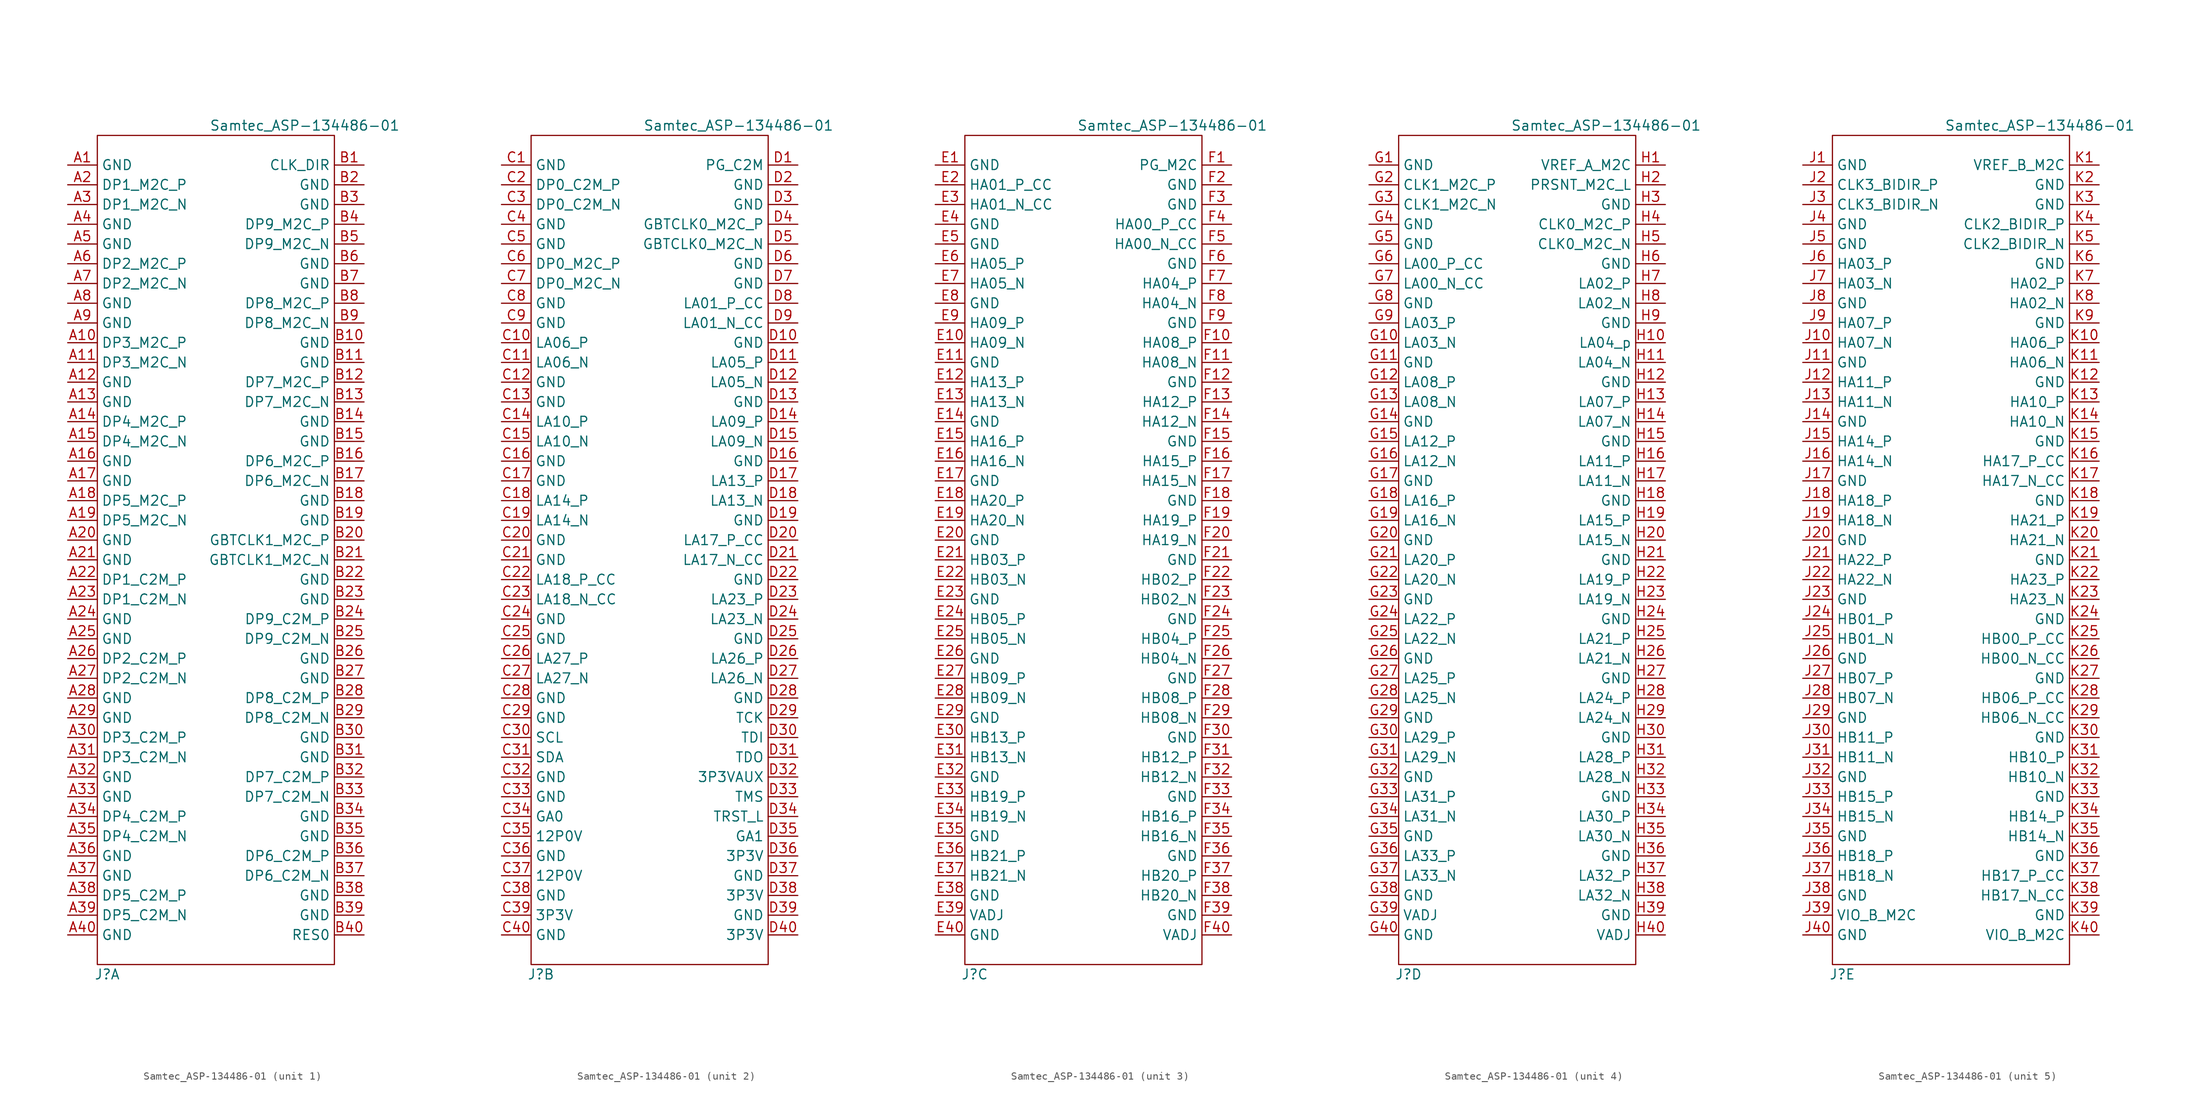
<source format=kicad_sym>
(kicad_symbol_lib
  (version 20211014)
  (generator kicad_symbol_editor)
  (symbol "Samtec_ASP-134486-01"
    (property "Reference" "J"
      (at -13.97 -54.61 0)
      (effects (font (size 1.27 1.27))))
    (property "Value" "Samtec_ASP-134486-01"
      (at 11.43 54.61 0)
      (effects (font (size 1.27 1.27))))
    (property "ki_locked" ""
      (at 0 0 0)
      (effects (font (size 1.27 1.27))))
    (symbol "Samtec_ASP-134486-01_0_1"
      (rectangle (start -15.24 53.34) (end 15.24 -53.34) (stroke (width 0) (type default) (color 0 0 0 0)) (fill (type none))))
    (symbol "Samtec_ASP-134486-01_1_1"
      (pin passive line (at -19.05 49.53 0) (length 3.81) (name "GND" (effects (font (size 1.27 1.27)))) (number "A1" (effects (font (size 1.27 1.27)))))
      (pin passive line (at -19.05 26.67 0) (length 3.81) (name "DP3_M2C_P" (effects (font (size 1.27 1.27)))) (number "A10" (effects (font (size 1.27 1.27)))))
      (pin passive line (at -19.05 24.13 0) (length 3.81) (name "DP3_M2C_N" (effects (font (size 1.27 1.27)))) (number "A11" (effects (font (size 1.27 1.27)))))
      (pin passive line (at -19.05 21.59 0) (length 3.81) (name "GND" (effects (font (size 1.27 1.27)))) (number "A12" (effects (font (size 1.27 1.27)))))
      (pin passive line (at -19.05 19.05 0) (length 3.81) (name "GND" (effects (font (size 1.27 1.27)))) (number "A13" (effects (font (size 1.27 1.27)))))
      (pin passive line (at -19.05 16.51 0) (length 3.81) (name "DP4_M2C_P" (effects (font (size 1.27 1.27)))) (number "A14" (effects (font (size 1.27 1.27)))))
      (pin passive line (at -19.05 13.97 0) (length 3.81) (name "DP4_M2C_N" (effects (font (size 1.27 1.27)))) (number "A15" (effects (font (size 1.27 1.27)))))
      (pin passive line (at -19.05 11.43 0) (length 3.81) (name "GND" (effects (font (size 1.27 1.27)))) (number "A16" (effects (font (size 1.27 1.27)))))
      (pin passive line (at -19.05 8.89 0) (length 3.81) (name "GND" (effects (font (size 1.27 1.27)))) (number "A17" (effects (font (size 1.27 1.27)))))
      (pin passive line (at -19.05 6.35 0) (length 3.81) (name "DP5_M2C_P" (effects (font (size 1.27 1.27)))) (number "A18" (effects (font (size 1.27 1.27)))))
      (pin passive line (at -19.05 3.81 0) (length 3.81) (name "DP5_M2C_N" (effects (font (size 1.27 1.27)))) (number "A19" (effects (font (size 1.27 1.27)))))
      (pin passive line (at -19.05 46.99 0) (length 3.81) (name "DP1_M2C_P" (effects (font (size 1.27 1.27)))) (number "A2" (effects (font (size 1.27 1.27)))))
      (pin passive line (at -19.05 1.27 0) (length 3.81) (name "GND" (effects (font (size 1.27 1.27)))) (number "A20" (effects (font (size 1.27 1.27)))))
      (pin passive line (at -19.05 -1.27 0) (length 3.81) (name "GND" (effects (font (size 1.27 1.27)))) (number "A21" (effects (font (size 1.27 1.27)))))
      (pin passive line (at -19.05 -3.81 0) (length 3.81) (name "DP1_C2M_P" (effects (font (size 1.27 1.27)))) (number "A22" (effects (font (size 1.27 1.27)))))
      (pin passive line (at -19.05 -6.35 0) (length 3.81) (name "DP1_C2M_N" (effects (font (size 1.27 1.27)))) (number "A23" (effects (font (size 1.27 1.27)))))
      (pin passive line (at -19.05 -8.89 0) (length 3.81) (name "GND" (effects (font (size 1.27 1.27)))) (number "A24" (effects (font (size 1.27 1.27)))))
      (pin passive line (at -19.05 -11.43 0) (length 3.81) (name "GND" (effects (font (size 1.27 1.27)))) (number "A25" (effects (font (size 1.27 1.27)))))
      (pin passive line (at -19.05 -13.97 0) (length 3.81) (name "DP2_C2M_P" (effects (font (size 1.27 1.27)))) (number "A26" (effects (font (size 1.27 1.27)))))
      (pin passive line (at -19.05 -16.51 0) (length 3.81) (name "DP2_C2M_N" (effects (font (size 1.27 1.27)))) (number "A27" (effects (font (size 1.27 1.27)))))
      (pin passive line (at -19.05 -19.05 0) (length 3.81) (name "GND" (effects (font (size 1.27 1.27)))) (number "A28" (effects (font (size 1.27 1.27)))))
      (pin passive line (at -19.05 -21.59 0) (length 3.81) (name "GND" (effects (font (size 1.27 1.27)))) (number "A29" (effects (font (size 1.27 1.27)))))
      (pin passive line (at -19.05 44.45 0) (length 3.81) (name "DP1_M2C_N" (effects (font (size 1.27 1.27)))) (number "A3" (effects (font (size 1.27 1.27)))))
      (pin passive line (at -19.05 -24.13 0) (length 3.81) (name "DP3_C2M_P" (effects (font (size 1.27 1.27)))) (number "A30" (effects (font (size 1.27 1.27)))))
      (pin passive line (at -19.05 -26.67 0) (length 3.81) (name "DP3_C2M_N" (effects (font (size 1.27 1.27)))) (number "A31" (effects (font (size 1.27 1.27)))))
      (pin passive line (at -19.05 -29.21 0) (length 3.81) (name "GND" (effects (font (size 1.27 1.27)))) (number "A32" (effects (font (size 1.27 1.27)))))
      (pin passive line (at -19.05 -31.75 0) (length 3.81) (name "GND" (effects (font (size 1.27 1.27)))) (number "A33" (effects (font (size 1.27 1.27)))))
      (pin passive line (at -19.05 -34.29 0) (length 3.81) (name "DP4_C2M_P" (effects (font (size 1.27 1.27)))) (number "A34" (effects (font (size 1.27 1.27)))))
      (pin passive line (at -19.05 -36.83 0) (length 3.81) (name "DP4_C2M_N" (effects (font (size 1.27 1.27)))) (number "A35" (effects (font (size 1.27 1.27)))))
      (pin passive line (at -19.05 -39.37 0) (length 3.81) (name "GND" (effects (font (size 1.27 1.27)))) (number "A36" (effects (font (size 1.27 1.27)))))
      (pin passive line (at -19.05 -41.91 0) (length 3.81) (name "GND" (effects (font (size 1.27 1.27)))) (number "A37" (effects (font (size 1.27 1.27)))))
      (pin passive line (at -19.05 -44.45 0) (length 3.81) (name "DP5_C2M_P" (effects (font (size 1.27 1.27)))) (number "A38" (effects (font (size 1.27 1.27)))))
      (pin passive line (at -19.05 -46.99 0) (length 3.81) (name "DP5_C2M_N" (effects (font (size 1.27 1.27)))) (number "A39" (effects (font (size 1.27 1.27)))))
      (pin passive line (at -19.05 41.91 0) (length 3.81) (name "GND" (effects (font (size 1.27 1.27)))) (number "A4" (effects (font (size 1.27 1.27)))))
      (pin passive line (at -19.05 -49.53 0) (length 3.81) (name "GND" (effects (font (size 1.27 1.27)))) (number "A40" (effects (font (size 1.27 1.27)))))
      (pin passive line (at -19.05 39.37 0) (length 3.81) (name "GND" (effects (font (size 1.27 1.27)))) (number "A5" (effects (font (size 1.27 1.27)))))
      (pin passive line (at -19.05 36.83 0) (length 3.81) (name "DP2_M2C_P" (effects (font (size 1.27 1.27)))) (number "A6" (effects (font (size 1.27 1.27)))))
      (pin passive line (at -19.05 34.29 0) (length 3.81) (name "DP2_M2C_N" (effects (font (size 1.27 1.27)))) (number "A7" (effects (font (size 1.27 1.27)))))
      (pin passive line (at -19.05 31.75 0) (length 3.81) (name "GND" (effects (font (size 1.27 1.27)))) (number "A8" (effects (font (size 1.27 1.27)))))
      (pin passive line (at -19.05 29.21 0) (length 3.81) (name "GND" (effects (font (size 1.27 1.27)))) (number "A9" (effects (font (size 1.27 1.27)))))
      (pin passive line (at 19.05 49.53 180) (length 3.81) (name "CLK_DIR" (effects (font (size 1.27 1.27)))) (number "B1" (effects (font (size 1.27 1.27)))))
      (pin passive line (at 19.05 26.67 180) (length 3.81) (name "GND" (effects (font (size 1.27 1.27)))) (number "B10" (effects (font (size 1.27 1.27)))))
      (pin passive line (at 19.05 24.13 180) (length 3.81) (name "GND" (effects (font (size 1.27 1.27)))) (number "B11" (effects (font (size 1.27 1.27)))))
      (pin passive line (at 19.05 21.59 180) (length 3.81) (name "DP7_M2C_P" (effects (font (size 1.27 1.27)))) (number "B12" (effects (font (size 1.27 1.27)))))
      (pin passive line (at 19.05 19.05 180) (length 3.81) (name "DP7_M2C_N" (effects (font (size 1.27 1.27)))) (number "B13" (effects (font (size 1.27 1.27)))))
      (pin passive line (at 19.05 16.51 180) (length 3.81) (name "GND" (effects (font (size 1.27 1.27)))) (number "B14" (effects (font (size 1.27 1.27)))))
      (pin passive line (at 19.05 13.97 180) (length 3.81) (name "GND" (effects (font (size 1.27 1.27)))) (number "B15" (effects (font (size 1.27 1.27)))))
      (pin passive line (at 19.05 11.43 180) (length 3.81) (name "DP6_M2C_P" (effects (font (size 1.27 1.27)))) (number "B16" (effects (font (size 1.27 1.27)))))
      (pin passive line (at 19.05 8.89 180) (length 3.81) (name "DP6_M2C_N" (effects (font (size 1.27 1.27)))) (number "B17" (effects (font (size 1.27 1.27)))))
      (pin passive line (at 19.05 6.35 180) (length 3.81) (name "GND" (effects (font (size 1.27 1.27)))) (number "B18" (effects (font (size 1.27 1.27)))))
      (pin passive line (at 19.05 3.81 180) (length 3.81) (name "GND" (effects (font (size 1.27 1.27)))) (number "B19" (effects (font (size 1.27 1.27)))))
      (pin passive line (at 19.05 46.99 180) (length 3.81) (name "GND" (effects (font (size 1.27 1.27)))) (number "B2" (effects (font (size 1.27 1.27)))))
      (pin passive line (at 19.05 1.27 180) (length 3.81) (name "GBTCLK1_M2C_P" (effects (font (size 1.27 1.27)))) (number "B20" (effects (font (size 1.27 1.27)))))
      (pin passive line (at 19.05 -1.27 180) (length 3.81) (name "GBTCLK1_M2C_N" (effects (font (size 1.27 1.27)))) (number "B21" (effects (font (size 1.27 1.27)))))
      (pin passive line (at 19.05 -3.81 180) (length 3.81) (name "GND" (effects (font (size 1.27 1.27)))) (number "B22" (effects (font (size 1.27 1.27)))))
      (pin passive line (at 19.05 -6.35 180) (length 3.81) (name "GND" (effects (font (size 1.27 1.27)))) (number "B23" (effects (font (size 1.27 1.27)))))
      (pin passive line (at 19.05 -8.89 180) (length 3.81) (name "DP9_C2M_P" (effects (font (size 1.27 1.27)))) (number "B24" (effects (font (size 1.27 1.27)))))
      (pin passive line (at 19.05 -11.43 180) (length 3.81) (name "DP9_C2M_N" (effects (font (size 1.27 1.27)))) (number "B25" (effects (font (size 1.27 1.27)))))
      (pin passive line (at 19.05 -13.97 180) (length 3.81) (name "GND" (effects (font (size 1.27 1.27)))) (number "B26" (effects (font (size 1.27 1.27)))))
      (pin passive line (at 19.05 -16.51 180) (length 3.81) (name "GND" (effects (font (size 1.27 1.27)))) (number "B27" (effects (font (size 1.27 1.27)))))
      (pin passive line (at 19.05 -19.05 180) (length 3.81) (name "DP8_C2M_P" (effects (font (size 1.27 1.27)))) (number "B28" (effects (font (size 1.27 1.27)))))
      (pin passive line (at 19.05 -21.59 180) (length 3.81) (name "DP8_C2M_N" (effects (font (size 1.27 1.27)))) (number "B29" (effects (font (size 1.27 1.27)))))
      (pin passive line (at 19.05 44.45 180) (length 3.81) (name "GND" (effects (font (size 1.27 1.27)))) (number "B3" (effects (font (size 1.27 1.27)))))
      (pin passive line (at 19.05 -24.13 180) (length 3.81) (name "GND" (effects (font (size 1.27 1.27)))) (number "B30" (effects (font (size 1.27 1.27)))))
      (pin passive line (at 19.05 -26.67 180) (length 3.81) (name "GND" (effects (font (size 1.27 1.27)))) (number "B31" (effects (font (size 1.27 1.27)))))
      (pin passive line (at 19.05 -29.21 180) (length 3.81) (name "DP7_C2M_P" (effects (font (size 1.27 1.27)))) (number "B32" (effects (font (size 1.27 1.27)))))
      (pin passive line (at 19.05 -31.75 180) (length 3.81) (name "DP7_C2M_N" (effects (font (size 1.27 1.27)))) (number "B33" (effects (font (size 1.27 1.27)))))
      (pin passive line (at 19.05 -34.29 180) (length 3.81) (name "GND" (effects (font (size 1.27 1.27)))) (number "B34" (effects (font (size 1.27 1.27)))))
      (pin passive line (at 19.05 -36.83 180) (length 3.81) (name "GND" (effects (font (size 1.27 1.27)))) (number "B35" (effects (font (size 1.27 1.27)))))
      (pin passive line (at 19.05 -39.37 180) (length 3.81) (name "DP6_C2M_P" (effects (font (size 1.27 1.27)))) (number "B36" (effects (font (size 1.27 1.27)))))
      (pin passive line (at 19.05 -41.91 180) (length 3.81) (name "DP6_C2M_N" (effects (font (size 1.27 1.27)))) (number "B37" (effects (font (size 1.27 1.27)))))
      (pin passive line (at 19.05 -44.45 180) (length 3.81) (name "GND" (effects (font (size 1.27 1.27)))) (number "B38" (effects (font (size 1.27 1.27)))))
      (pin passive line (at 19.05 -46.99 180) (length 3.81) (name "GND" (effects (font (size 1.27 1.27)))) (number "B39" (effects (font (size 1.27 1.27)))))
      (pin passive line (at 19.05 41.91 180) (length 3.81) (name "DP9_M2C_P" (effects (font (size 1.27 1.27)))) (number "B4" (effects (font (size 1.27 1.27)))))
      (pin passive line (at 19.05 -49.53 180) (length 3.81) (name "RES0" (effects (font (size 1.27 1.27)))) (number "B40" (effects (font (size 1.27 1.27)))))
      (pin passive line (at 19.05 39.37 180) (length 3.81) (name "DP9_M2C_N" (effects (font (size 1.27 1.27)))) (number "B5" (effects (font (size 1.27 1.27)))))
      (pin passive line (at 19.05 36.83 180) (length 3.81) (name "GND" (effects (font (size 1.27 1.27)))) (number "B6" (effects (font (size 1.27 1.27)))))
      (pin passive line (at 19.05 34.29 180) (length 3.81) (name "GND" (effects (font (size 1.27 1.27)))) (number "B7" (effects (font (size 1.27 1.27)))))
      (pin passive line (at 19.05 31.75 180) (length 3.81) (name "DP8_M2C_P" (effects (font (size 1.27 1.27)))) (number "B8" (effects (font (size 1.27 1.27)))))
      (pin passive line (at 19.05 29.21 180) (length 3.81) (name "DP8_M2C_N" (effects (font (size 1.27 1.27)))) (number "B9" (effects (font (size 1.27 1.27))))))
    (symbol "Samtec_ASP-134486-01_2_1"
      (pin passive line (at -19.05 49.53 0) (length 3.81) (name "GND" (effects (font (size 1.27 1.27)))) (number "C1" (effects (font (size 1.27 1.27)))))
      (pin passive line (at -19.05 26.67 0) (length 3.81) (name "LA06_P" (effects (font (size 1.27 1.27)))) (number "C10" (effects (font (size 1.27 1.27)))))
      (pin passive line (at -19.05 24.13 0) (length 3.81) (name "LA06_N" (effects (font (size 1.27 1.27)))) (number "C11" (effects (font (size 1.27 1.27)))))
      (pin passive line (at -19.05 21.59 0) (length 3.81) (name "GND" (effects (font (size 1.27 1.27)))) (number "C12" (effects (font (size 1.27 1.27)))))
      (pin passive line (at -19.05 19.05 0) (length 3.81) (name "GND" (effects (font (size 1.27 1.27)))) (number "C13" (effects (font (size 1.27 1.27)))))
      (pin passive line (at -19.05 16.51 0) (length 3.81) (name "LA10_P" (effects (font (size 1.27 1.27)))) (number "C14" (effects (font (size 1.27 1.27)))))
      (pin passive line (at -19.05 13.97 0) (length 3.81) (name "LA10_N" (effects (font (size 1.27 1.27)))) (number "C15" (effects (font (size 1.27 1.27)))))
      (pin passive line (at -19.05 11.43 0) (length 3.81) (name "GND" (effects (font (size 1.27 1.27)))) (number "C16" (effects (font (size 1.27 1.27)))))
      (pin passive line (at -19.05 8.89 0) (length 3.81) (name "GND" (effects (font (size 1.27 1.27)))) (number "C17" (effects (font (size 1.27 1.27)))))
      (pin passive line (at -19.05 6.35 0) (length 3.81) (name "LA14_P" (effects (font (size 1.27 1.27)))) (number "C18" (effects (font (size 1.27 1.27)))))
      (pin passive line (at -19.05 3.81 0) (length 3.81) (name "LA14_N" (effects (font (size 1.27 1.27)))) (number "C19" (effects (font (size 1.27 1.27)))))
      (pin passive line (at -19.05 46.99 0) (length 3.81) (name "DP0_C2M_P" (effects (font (size 1.27 1.27)))) (number "C2" (effects (font (size 1.27 1.27)))))
      (pin passive line (at -19.05 1.27 0) (length 3.81) (name "GND" (effects (font (size 1.27 1.27)))) (number "C20" (effects (font (size 1.27 1.27)))))
      (pin passive line (at -19.05 -1.27 0) (length 3.81) (name "GND" (effects (font (size 1.27 1.27)))) (number "C21" (effects (font (size 1.27 1.27)))))
      (pin passive line (at -19.05 -3.81 0) (length 3.81) (name "LA18_P_CC" (effects (font (size 1.27 1.27)))) (number "C22" (effects (font (size 1.27 1.27)))))
      (pin passive line (at -19.05 -6.35 0) (length 3.81) (name "LA18_N_CC" (effects (font (size 1.27 1.27)))) (number "C23" (effects (font (size 1.27 1.27)))))
      (pin passive line (at -19.05 -8.89 0) (length 3.81) (name "GND" (effects (font (size 1.27 1.27)))) (number "C24" (effects (font (size 1.27 1.27)))))
      (pin passive line (at -19.05 -11.43 0) (length 3.81) (name "GND" (effects (font (size 1.27 1.27)))) (number "C25" (effects (font (size 1.27 1.27)))))
      (pin passive line (at -19.05 -13.97 0) (length 3.81) (name "LA27_P" (effects (font (size 1.27 1.27)))) (number "C26" (effects (font (size 1.27 1.27)))))
      (pin passive line (at -19.05 -16.51 0) (length 3.81) (name "LA27_N" (effects (font (size 1.27 1.27)))) (number "C27" (effects (font (size 1.27 1.27)))))
      (pin passive line (at -19.05 -19.05 0) (length 3.81) (name "GND" (effects (font (size 1.27 1.27)))) (number "C28" (effects (font (size 1.27 1.27)))))
      (pin passive line (at -19.05 -21.59 0) (length 3.81) (name "GND" (effects (font (size 1.27 1.27)))) (number "C29" (effects (font (size 1.27 1.27)))))
      (pin passive line (at -19.05 44.45 0) (length 3.81) (name "DP0_C2M_N" (effects (font (size 1.27 1.27)))) (number "C3" (effects (font (size 1.27 1.27)))))
      (pin passive line (at -19.05 -24.13 0) (length 3.81) (name "SCL" (effects (font (size 1.27 1.27)))) (number "C30" (effects (font (size 1.27 1.27)))))
      (pin passive line (at -19.05 -26.67 0) (length 3.81) (name "SDA" (effects (font (size 1.27 1.27)))) (number "C31" (effects (font (size 1.27 1.27)))))
      (pin passive line (at -19.05 -29.21 0) (length 3.81) (name "GND" (effects (font (size 1.27 1.27)))) (number "C32" (effects (font (size 1.27 1.27)))))
      (pin passive line (at -19.05 -31.75 0) (length 3.81) (name "GND" (effects (font (size 1.27 1.27)))) (number "C33" (effects (font (size 1.27 1.27)))))
      (pin passive line (at -19.05 -34.29 0) (length 3.81) (name "GA0" (effects (font (size 1.27 1.27)))) (number "C34" (effects (font (size 1.27 1.27)))))
      (pin passive line (at -19.05 -36.83 0) (length 3.81) (name "12P0V" (effects (font (size 1.27 1.27)))) (number "C35" (effects (font (size 1.27 1.27)))))
      (pin passive line (at -19.05 -39.37 0) (length 3.81) (name "GND" (effects (font (size 1.27 1.27)))) (number "C36" (effects (font (size 1.27 1.27)))))
      (pin passive line (at -19.05 -41.91 0) (length 3.81) (name "12P0V" (effects (font (size 1.27 1.27)))) (number "C37" (effects (font (size 1.27 1.27)))))
      (pin passive line (at -19.05 -44.45 0) (length 3.81) (name "GND" (effects (font (size 1.27 1.27)))) (number "C38" (effects (font (size 1.27 1.27)))))
      (pin passive line (at -19.05 -46.99 0) (length 3.81) (name "3P3V" (effects (font (size 1.27 1.27)))) (number "C39" (effects (font (size 1.27 1.27)))))
      (pin passive line (at -19.05 41.91 0) (length 3.81) (name "GND" (effects (font (size 1.27 1.27)))) (number "C4" (effects (font (size 1.27 1.27)))))
      (pin passive line (at -19.05 -49.53 0) (length 3.81) (name "GND" (effects (font (size 1.27 1.27)))) (number "C40" (effects (font (size 1.27 1.27)))))
      (pin passive line (at -19.05 39.37 0) (length 3.81) (name "GND" (effects (font (size 1.27 1.27)))) (number "C5" (effects (font (size 1.27 1.27)))))
      (pin passive line (at -19.05 36.83 0) (length 3.81) (name "DP0_M2C_P" (effects (font (size 1.27 1.27)))) (number "C6" (effects (font (size 1.27 1.27)))))
      (pin passive line (at -19.05 34.29 0) (length 3.81) (name "DP0_M2C_N" (effects (font (size 1.27 1.27)))) (number "C7" (effects (font (size 1.27 1.27)))))
      (pin passive line (at -19.05 31.75 0) (length 3.81) (name "GND" (effects (font (size 1.27 1.27)))) (number "C8" (effects (font (size 1.27 1.27)))))
      (pin passive line (at -19.05 29.21 0) (length 3.81) (name "GND" (effects (font (size 1.27 1.27)))) (number "C9" (effects (font (size 1.27 1.27)))))
      (pin passive line (at 19.05 49.53 180) (length 3.81) (name "PG_C2M" (effects (font (size 1.27 1.27)))) (number "D1" (effects (font (size 1.27 1.27)))))
      (pin passive line (at 19.05 26.67 180) (length 3.81) (name "GND" (effects (font (size 1.27 1.27)))) (number "D10" (effects (font (size 1.27 1.27)))))
      (pin passive line (at 19.05 24.13 180) (length 3.81) (name "LA05_P" (effects (font (size 1.27 1.27)))) (number "D11" (effects (font (size 1.27 1.27)))))
      (pin passive line (at 19.05 21.59 180) (length 3.81) (name "LA05_N" (effects (font (size 1.27 1.27)))) (number "D12" (effects (font (size 1.27 1.27)))))
      (pin passive line (at 19.05 19.05 180) (length 3.81) (name "GND" (effects (font (size 1.27 1.27)))) (number "D13" (effects (font (size 1.27 1.27)))))
      (pin passive line (at 19.05 16.51 180) (length 3.81) (name "LA09_P" (effects (font (size 1.27 1.27)))) (number "D14" (effects (font (size 1.27 1.27)))))
      (pin passive line (at 19.05 13.97 180) (length 3.81) (name "LA09_N" (effects (font (size 1.27 1.27)))) (number "D15" (effects (font (size 1.27 1.27)))))
      (pin passive line (at 19.05 11.43 180) (length 3.81) (name "GND" (effects (font (size 1.27 1.27)))) (number "D16" (effects (font (size 1.27 1.27)))))
      (pin passive line (at 19.05 8.89 180) (length 3.81) (name "LA13_P" (effects (font (size 1.27 1.27)))) (number "D17" (effects (font (size 1.27 1.27)))))
      (pin passive line (at 19.05 6.35 180) (length 3.81) (name "LA13_N" (effects (font (size 1.27 1.27)))) (number "D18" (effects (font (size 1.27 1.27)))))
      (pin passive line (at 19.05 3.81 180) (length 3.81) (name "GND" (effects (font (size 1.27 1.27)))) (number "D19" (effects (font (size 1.27 1.27)))))
      (pin passive line (at 19.05 46.99 180) (length 3.81) (name "GND" (effects (font (size 1.27 1.27)))) (number "D2" (effects (font (size 1.27 1.27)))))
      (pin passive line (at 19.05 1.27 180) (length 3.81) (name "LA17_P_CC" (effects (font (size 1.27 1.27)))) (number "D20" (effects (font (size 1.27 1.27)))))
      (pin passive line (at 19.05 -1.27 180) (length 3.81) (name "LA17_N_CC" (effects (font (size 1.27 1.27)))) (number "D21" (effects (font (size 1.27 1.27)))))
      (pin passive line (at 19.05 -3.81 180) (length 3.81) (name "GND" (effects (font (size 1.27 1.27)))) (number "D22" (effects (font (size 1.27 1.27)))))
      (pin passive line (at 19.05 -6.35 180) (length 3.81) (name "LA23_P" (effects (font (size 1.27 1.27)))) (number "D23" (effects (font (size 1.27 1.27)))))
      (pin passive line (at 19.05 -8.89 180) (length 3.81) (name "LA23_N" (effects (font (size 1.27 1.27)))) (number "D24" (effects (font (size 1.27 1.27)))))
      (pin passive line (at 19.05 -11.43 180) (length 3.81) (name "GND" (effects (font (size 1.27 1.27)))) (number "D25" (effects (font (size 1.27 1.27)))))
      (pin passive line (at 19.05 -13.97 180) (length 3.81) (name "LA26_P" (effects (font (size 1.27 1.27)))) (number "D26" (effects (font (size 1.27 1.27)))))
      (pin passive line (at 19.05 -16.51 180) (length 3.81) (name "LA26_N" (effects (font (size 1.27 1.27)))) (number "D27" (effects (font (size 1.27 1.27)))))
      (pin passive line (at 19.05 -19.05 180) (length 3.81) (name "GND" (effects (font (size 1.27 1.27)))) (number "D28" (effects (font (size 1.27 1.27)))))
      (pin passive line (at 19.05 -21.59 180) (length 3.81) (name "TCK" (effects (font (size 1.27 1.27)))) (number "D29" (effects (font (size 1.27 1.27)))))
      (pin passive line (at 19.05 44.45 180) (length 3.81) (name "GND" (effects (font (size 1.27 1.27)))) (number "D3" (effects (font (size 1.27 1.27)))))
      (pin passive line (at 19.05 -24.13 180) (length 3.81) (name "TDI" (effects (font (size 1.27 1.27)))) (number "D30" (effects (font (size 1.27 1.27)))))
      (pin passive line (at 19.05 -26.67 180) (length 3.81) (name "TDO" (effects (font (size 1.27 1.27)))) (number "D31" (effects (font (size 1.27 1.27)))))
      (pin passive line (at 19.05 -29.21 180) (length 3.81) (name "3P3VAUX" (effects (font (size 1.27 1.27)))) (number "D32" (effects (font (size 1.27 1.27)))))
      (pin passive line (at 19.05 -31.75 180) (length 3.81) (name "TMS" (effects (font (size 1.27 1.27)))) (number "D33" (effects (font (size 1.27 1.27)))))
      (pin passive line (at 19.05 -34.29 180) (length 3.81) (name "TRST_L" (effects (font (size 1.27 1.27)))) (number "D34" (effects (font (size 1.27 1.27)))))
      (pin passive line (at 19.05 -36.83 180) (length 3.81) (name "GA1" (effects (font (size 1.27 1.27)))) (number "D35" (effects (font (size 1.27 1.27)))))
      (pin passive line (at 19.05 -39.37 180) (length 3.81) (name "3P3V" (effects (font (size 1.27 1.27)))) (number "D36" (effects (font (size 1.27 1.27)))))
      (pin passive line (at 19.05 -41.91 180) (length 3.81) (name "GND" (effects (font (size 1.27 1.27)))) (number "D37" (effects (font (size 1.27 1.27)))))
      (pin passive line (at 19.05 -44.45 180) (length 3.81) (name "3P3V" (effects (font (size 1.27 1.27)))) (number "D38" (effects (font (size 1.27 1.27)))))
      (pin passive line (at 19.05 -46.99 180) (length 3.81) (name "GND" (effects (font (size 1.27 1.27)))) (number "D39" (effects (font (size 1.27 1.27)))))
      (pin passive line (at 19.05 41.91 180) (length 3.81) (name "GBTCLK0_M2C_P" (effects (font (size 1.27 1.27)))) (number "D4" (effects (font (size 1.27 1.27)))))
      (pin passive line (at 19.05 -49.53 180) (length 3.81) (name "3P3V" (effects (font (size 1.27 1.27)))) (number "D40" (effects (font (size 1.27 1.27)))))
      (pin passive line (at 19.05 39.37 180) (length 3.81) (name "GBTCLK0_M2C_N" (effects (font (size 1.27 1.27)))) (number "D5" (effects (font (size 1.27 1.27)))))
      (pin passive line (at 19.05 36.83 180) (length 3.81) (name "GND" (effects (font (size 1.27 1.27)))) (number "D6" (effects (font (size 1.27 1.27)))))
      (pin passive line (at 19.05 34.29 180) (length 3.81) (name "GND" (effects (font (size 1.27 1.27)))) (number "D7" (effects (font (size 1.27 1.27)))))
      (pin passive line (at 19.05 31.75 180) (length 3.81) (name "LA01_P_CC" (effects (font (size 1.27 1.27)))) (number "D8" (effects (font (size 1.27 1.27)))))
      (pin passive line (at 19.05 29.21 180) (length 3.81) (name "LA01_N_CC" (effects (font (size 1.27 1.27)))) (number "D9" (effects (font (size 1.27 1.27))))))
    (symbol "Samtec_ASP-134486-01_3_1"
      (pin passive line (at -19.05 49.53 0) (length 3.81) (name "GND" (effects (font (size 1.27 1.27)))) (number "E1" (effects (font (size 1.27 1.27)))))
      (pin passive line (at -19.05 26.67 0) (length 3.81) (name "HA09_N" (effects (font (size 1.27 1.27)))) (number "E10" (effects (font (size 1.27 1.27)))))
      (pin passive line (at -19.05 24.13 0) (length 3.81) (name "GND" (effects (font (size 1.27 1.27)))) (number "E11" (effects (font (size 1.27 1.27)))))
      (pin passive line (at -19.05 21.59 0) (length 3.81) (name "HA13_P" (effects (font (size 1.27 1.27)))) (number "E12" (effects (font (size 1.27 1.27)))))
      (pin passive line (at -19.05 19.05 0) (length 3.81) (name "HA13_N" (effects (font (size 1.27 1.27)))) (number "E13" (effects (font (size 1.27 1.27)))))
      (pin passive line (at -19.05 16.51 0) (length 3.81) (name "GND" (effects (font (size 1.27 1.27)))) (number "E14" (effects (font (size 1.27 1.27)))))
      (pin passive line (at -19.05 13.97 0) (length 3.81) (name "HA16_P" (effects (font (size 1.27 1.27)))) (number "E15" (effects (font (size 1.27 1.27)))))
      (pin passive line (at -19.05 11.43 0) (length 3.81) (name "HA16_N" (effects (font (size 1.27 1.27)))) (number "E16" (effects (font (size 1.27 1.27)))))
      (pin passive line (at -19.05 8.89 0) (length 3.81) (name "GND" (effects (font (size 1.27 1.27)))) (number "E17" (effects (font (size 1.27 1.27)))))
      (pin passive line (at -19.05 6.35 0) (length 3.81) (name "HA20_P" (effects (font (size 1.27 1.27)))) (number "E18" (effects (font (size 1.27 1.27)))))
      (pin passive line (at -19.05 3.81 0) (length 3.81) (name "HA20_N" (effects (font (size 1.27 1.27)))) (number "E19" (effects (font (size 1.27 1.27)))))
      (pin passive line (at -19.05 46.99 0) (length 3.81) (name "HA01_P_CC" (effects (font (size 1.27 1.27)))) (number "E2" (effects (font (size 1.27 1.27)))))
      (pin passive line (at -19.05 1.27 0) (length 3.81) (name "GND" (effects (font (size 1.27 1.27)))) (number "E20" (effects (font (size 1.27 1.27)))))
      (pin passive line (at -19.05 -1.27 0) (length 3.81) (name "HB03_P" (effects (font (size 1.27 1.27)))) (number "E21" (effects (font (size 1.27 1.27)))))
      (pin passive line (at -19.05 -3.81 0) (length 3.81) (name "HB03_N" (effects (font (size 1.27 1.27)))) (number "E22" (effects (font (size 1.27 1.27)))))
      (pin passive line (at -19.05 -6.35 0) (length 3.81) (name "GND" (effects (font (size 1.27 1.27)))) (number "E23" (effects (font (size 1.27 1.27)))))
      (pin passive line (at -19.05 -8.89 0) (length 3.81) (name "HB05_P" (effects (font (size 1.27 1.27)))) (number "E24" (effects (font (size 1.27 1.27)))))
      (pin passive line (at -19.05 -11.43 0) (length 3.81) (name "HB05_N" (effects (font (size 1.27 1.27)))) (number "E25" (effects (font (size 1.27 1.27)))))
      (pin passive line (at -19.05 -13.97 0) (length 3.81) (name "GND" (effects (font (size 1.27 1.27)))) (number "E26" (effects (font (size 1.27 1.27)))))
      (pin passive line (at -19.05 -16.51 0) (length 3.81) (name "HB09_P" (effects (font (size 1.27 1.27)))) (number "E27" (effects (font (size 1.27 1.27)))))
      (pin passive line (at -19.05 -19.05 0) (length 3.81) (name "HB09_N" (effects (font (size 1.27 1.27)))) (number "E28" (effects (font (size 1.27 1.27)))))
      (pin passive line (at -19.05 -21.59 0) (length 3.81) (name "GND" (effects (font (size 1.27 1.27)))) (number "E29" (effects (font (size 1.27 1.27)))))
      (pin passive line (at -19.05 44.45 0) (length 3.81) (name "HA01_N_CC" (effects (font (size 1.27 1.27)))) (number "E3" (effects (font (size 1.27 1.27)))))
      (pin passive line (at -19.05 -24.13 0) (length 3.81) (name "HB13_P" (effects (font (size 1.27 1.27)))) (number "E30" (effects (font (size 1.27 1.27)))))
      (pin passive line (at -19.05 -26.67 0) (length 3.81) (name "HB13_N" (effects (font (size 1.27 1.27)))) (number "E31" (effects (font (size 1.27 1.27)))))
      (pin passive line (at -19.05 -29.21 0) (length 3.81) (name "GND" (effects (font (size 1.27 1.27)))) (number "E32" (effects (font (size 1.27 1.27)))))
      (pin passive line (at -19.05 -31.75 0) (length 3.81) (name "HB19_P" (effects (font (size 1.27 1.27)))) (number "E33" (effects (font (size 1.27 1.27)))))
      (pin passive line (at -19.05 -34.29 0) (length 3.81) (name "HB19_N" (effects (font (size 1.27 1.27)))) (number "E34" (effects (font (size 1.27 1.27)))))
      (pin passive line (at -19.05 -36.83 0) (length 3.81) (name "GND" (effects (font (size 1.27 1.27)))) (number "E35" (effects (font (size 1.27 1.27)))))
      (pin passive line (at -19.05 -39.37 0) (length 3.81) (name "HB21_P" (effects (font (size 1.27 1.27)))) (number "E36" (effects (font (size 1.27 1.27)))))
      (pin passive line (at -19.05 -41.91 0) (length 3.81) (name "HB21_N" (effects (font (size 1.27 1.27)))) (number "E37" (effects (font (size 1.27 1.27)))))
      (pin passive line (at -19.05 -44.45 0) (length 3.81) (name "GND" (effects (font (size 1.27 1.27)))) (number "E38" (effects (font (size 1.27 1.27)))))
      (pin passive line (at -19.05 -46.99 0) (length 3.81) (name "VADJ" (effects (font (size 1.27 1.27)))) (number "E39" (effects (font (size 1.27 1.27)))))
      (pin passive line (at -19.05 41.91 0) (length 3.81) (name "GND" (effects (font (size 1.27 1.27)))) (number "E4" (effects (font (size 1.27 1.27)))))
      (pin passive line (at -19.05 -49.53 0) (length 3.81) (name "GND" (effects (font (size 1.27 1.27)))) (number "E40" (effects (font (size 1.27 1.27)))))
      (pin passive line (at -19.05 39.37 0) (length 3.81) (name "GND" (effects (font (size 1.27 1.27)))) (number "E5" (effects (font (size 1.27 1.27)))))
      (pin passive line (at -19.05 36.83 0) (length 3.81) (name "HA05_P" (effects (font (size 1.27 1.27)))) (number "E6" (effects (font (size 1.27 1.27)))))
      (pin passive line (at -19.05 34.29 0) (length 3.81) (name "HA05_N" (effects (font (size 1.27 1.27)))) (number "E7" (effects (font (size 1.27 1.27)))))
      (pin passive line (at -19.05 31.75 0) (length 3.81) (name "GND" (effects (font (size 1.27 1.27)))) (number "E8" (effects (font (size 1.27 1.27)))))
      (pin passive line (at -19.05 29.21 0) (length 3.81) (name "HA09_P" (effects (font (size 1.27 1.27)))) (number "E9" (effects (font (size 1.27 1.27)))))
      (pin passive line (at 19.05 49.53 180) (length 3.81) (name "PG_M2C" (effects (font (size 1.27 1.27)))) (number "F1" (effects (font (size 1.27 1.27)))))
      (pin passive line (at 19.05 26.67 180) (length 3.81) (name "HA08_P" (effects (font (size 1.27 1.27)))) (number "F10" (effects (font (size 1.27 1.27)))))
      (pin passive line (at 19.05 24.13 180) (length 3.81) (name "HA08_N" (effects (font (size 1.27 1.27)))) (number "F11" (effects (font (size 1.27 1.27)))))
      (pin passive line (at 19.05 21.59 180) (length 3.81) (name "GND" (effects (font (size 1.27 1.27)))) (number "F12" (effects (font (size 1.27 1.27)))))
      (pin passive line (at 19.05 19.05 180) (length 3.81) (name "HA12_P" (effects (font (size 1.27 1.27)))) (number "F13" (effects (font (size 1.27 1.27)))))
      (pin passive line (at 19.05 16.51 180) (length 3.81) (name "HA12_N" (effects (font (size 1.27 1.27)))) (number "F14" (effects (font (size 1.27 1.27)))))
      (pin passive line (at 19.05 13.97 180) (length 3.81) (name "GND" (effects (font (size 1.27 1.27)))) (number "F15" (effects (font (size 1.27 1.27)))))
      (pin passive line (at 19.05 11.43 180) (length 3.81) (name "HA15_P" (effects (font (size 1.27 1.27)))) (number "F16" (effects (font (size 1.27 1.27)))))
      (pin passive line (at 19.05 8.89 180) (length 3.81) (name "HA15_N" (effects (font (size 1.27 1.27)))) (number "F17" (effects (font (size 1.27 1.27)))))
      (pin passive line (at 19.05 6.35 180) (length 3.81) (name "GND" (effects (font (size 1.27 1.27)))) (number "F18" (effects (font (size 1.27 1.27)))))
      (pin passive line (at 19.05 3.81 180) (length 3.81) (name "HA19_P" (effects (font (size 1.27 1.27)))) (number "F19" (effects (font (size 1.27 1.27)))))
      (pin passive line (at 19.05 46.99 180) (length 3.81) (name "GND" (effects (font (size 1.27 1.27)))) (number "F2" (effects (font (size 1.27 1.27)))))
      (pin passive line (at 19.05 1.27 180) (length 3.81) (name "HA19_N" (effects (font (size 1.27 1.27)))) (number "F20" (effects (font (size 1.27 1.27)))))
      (pin passive line (at 19.05 -1.27 180) (length 3.81) (name "GND" (effects (font (size 1.27 1.27)))) (number "F21" (effects (font (size 1.27 1.27)))))
      (pin passive line (at 19.05 -3.81 180) (length 3.81) (name "HB02_P" (effects (font (size 1.27 1.27)))) (number "F22" (effects (font (size 1.27 1.27)))))
      (pin passive line (at 19.05 -6.35 180) (length 3.81) (name "HB02_N" (effects (font (size 1.27 1.27)))) (number "F23" (effects (font (size 1.27 1.27)))))
      (pin passive line (at 19.05 -8.89 180) (length 3.81) (name "GND" (effects (font (size 1.27 1.27)))) (number "F24" (effects (font (size 1.27 1.27)))))
      (pin passive line (at 19.05 -11.43 180) (length 3.81) (name "HB04_P" (effects (font (size 1.27 1.27)))) (number "F25" (effects (font (size 1.27 1.27)))))
      (pin passive line (at 19.05 -13.97 180) (length 3.81) (name "HB04_N" (effects (font (size 1.27 1.27)))) (number "F26" (effects (font (size 1.27 1.27)))))
      (pin passive line (at 19.05 -16.51 180) (length 3.81) (name "GND" (effects (font (size 1.27 1.27)))) (number "F27" (effects (font (size 1.27 1.27)))))
      (pin passive line (at 19.05 -19.05 180) (length 3.81) (name "HB08_P" (effects (font (size 1.27 1.27)))) (number "F28" (effects (font (size 1.27 1.27)))))
      (pin passive line (at 19.05 -21.59 180) (length 3.81) (name "HB08_N" (effects (font (size 1.27 1.27)))) (number "F29" (effects (font (size 1.27 1.27)))))
      (pin passive line (at 19.05 44.45 180) (length 3.81) (name "GND" (effects (font (size 1.27 1.27)))) (number "F3" (effects (font (size 1.27 1.27)))))
      (pin passive line (at 19.05 -24.13 180) (length 3.81) (name "GND" (effects (font (size 1.27 1.27)))) (number "F30" (effects (font (size 1.27 1.27)))))
      (pin passive line (at 19.05 -26.67 180) (length 3.81) (name "HB12_P" (effects (font (size 1.27 1.27)))) (number "F31" (effects (font (size 1.27 1.27)))))
      (pin passive line (at 19.05 -29.21 180) (length 3.81) (name "HB12_N" (effects (font (size 1.27 1.27)))) (number "F32" (effects (font (size 1.27 1.27)))))
      (pin passive line (at 19.05 -31.75 180) (length 3.81) (name "GND" (effects (font (size 1.27 1.27)))) (number "F33" (effects (font (size 1.27 1.27)))))
      (pin passive line (at 19.05 -34.29 180) (length 3.81) (name "HB16_P" (effects (font (size 1.27 1.27)))) (number "F34" (effects (font (size 1.27 1.27)))))
      (pin passive line (at 19.05 -36.83 180) (length 3.81) (name "HB16_N" (effects (font (size 1.27 1.27)))) (number "F35" (effects (font (size 1.27 1.27)))))
      (pin passive line (at 19.05 -39.37 180) (length 3.81) (name "GND" (effects (font (size 1.27 1.27)))) (number "F36" (effects (font (size 1.27 1.27)))))
      (pin passive line (at 19.05 -41.91 180) (length 3.81) (name "HB20_P" (effects (font (size 1.27 1.27)))) (number "F37" (effects (font (size 1.27 1.27)))))
      (pin passive line (at 19.05 -44.45 180) (length 3.81) (name "HB20_N" (effects (font (size 1.27 1.27)))) (number "F38" (effects (font (size 1.27 1.27)))))
      (pin passive line (at 19.05 -46.99 180) (length 3.81) (name "GND" (effects (font (size 1.27 1.27)))) (number "F39" (effects (font (size 1.27 1.27)))))
      (pin passive line (at 19.05 41.91 180) (length 3.81) (name "HA00_P_CC" (effects (font (size 1.27 1.27)))) (number "F4" (effects (font (size 1.27 1.27)))))
      (pin passive line (at 19.05 -49.53 180) (length 3.81) (name "VADJ" (effects (font (size 1.27 1.27)))) (number "F40" (effects (font (size 1.27 1.27)))))
      (pin passive line (at 19.05 39.37 180) (length 3.81) (name "HA00_N_CC" (effects (font (size 1.27 1.27)))) (number "F5" (effects (font (size 1.27 1.27)))))
      (pin passive line (at 19.05 36.83 180) (length 3.81) (name "GND" (effects (font (size 1.27 1.27)))) (number "F6" (effects (font (size 1.27 1.27)))))
      (pin passive line (at 19.05 34.29 180) (length 3.81) (name "HA04_P" (effects (font (size 1.27 1.27)))) (number "F7" (effects (font (size 1.27 1.27)))))
      (pin passive line (at 19.05 31.75 180) (length 3.81) (name "HA04_N" (effects (font (size 1.27 1.27)))) (number "F8" (effects (font (size 1.27 1.27)))))
      (pin passive line (at 19.05 29.21 180) (length 3.81) (name "GND" (effects (font (size 1.27 1.27)))) (number "F9" (effects (font (size 1.27 1.27))))))
    (symbol "Samtec_ASP-134486-01_4_1"
      (pin passive line (at -19.05 49.53 0) (length 3.81) (name "GND" (effects (font (size 1.27 1.27)))) (number "G1" (effects (font (size 1.27 1.27)))))
      (pin passive line (at -19.05 26.67 0) (length 3.81) (name "LA03_N" (effects (font (size 1.27 1.27)))) (number "G10" (effects (font (size 1.27 1.27)))))
      (pin passive line (at -19.05 24.13 0) (length 3.81) (name "GND" (effects (font (size 1.27 1.27)))) (number "G11" (effects (font (size 1.27 1.27)))))
      (pin passive line (at -19.05 21.59 0) (length 3.81) (name "LA08_P" (effects (font (size 1.27 1.27)))) (number "G12" (effects (font (size 1.27 1.27)))))
      (pin passive line (at -19.05 19.05 0) (length 3.81) (name "LA08_N" (effects (font (size 1.27 1.27)))) (number "G13" (effects (font (size 1.27 1.27)))))
      (pin passive line (at -19.05 16.51 0) (length 3.81) (name "GND" (effects (font (size 1.27 1.27)))) (number "G14" (effects (font (size 1.27 1.27)))))
      (pin passive line (at -19.05 13.97 0) (length 3.81) (name "LA12_P" (effects (font (size 1.27 1.27)))) (number "G15" (effects (font (size 1.27 1.27)))))
      (pin passive line (at -19.05 11.43 0) (length 3.81) (name "LA12_N" (effects (font (size 1.27 1.27)))) (number "G16" (effects (font (size 1.27 1.27)))))
      (pin passive line (at -19.05 8.89 0) (length 3.81) (name "GND" (effects (font (size 1.27 1.27)))) (number "G17" (effects (font (size 1.27 1.27)))))
      (pin passive line (at -19.05 6.35 0) (length 3.81) (name "LA16_P" (effects (font (size 1.27 1.27)))) (number "G18" (effects (font (size 1.27 1.27)))))
      (pin passive line (at -19.05 3.81 0) (length 3.81) (name "LA16_N" (effects (font (size 1.27 1.27)))) (number "G19" (effects (font (size 1.27 1.27)))))
      (pin output line (at -19.05 46.99 0) (length 3.81) (name "CLK1_M2C_P" (effects (font (size 1.27 1.27)))) (number "G2" (effects (font (size 1.27 1.27)))))
      (pin passive line (at -19.05 1.27 0) (length 3.81) (name "GND" (effects (font (size 1.27 1.27)))) (number "G20" (effects (font (size 1.27 1.27)))))
      (pin passive line (at -19.05 -1.27 0) (length 3.81) (name "LA20_P" (effects (font (size 1.27 1.27)))) (number "G21" (effects (font (size 1.27 1.27)))))
      (pin passive line (at -19.05 -3.81 0) (length 3.81) (name "LA20_N" (effects (font (size 1.27 1.27)))) (number "G22" (effects (font (size 1.27 1.27)))))
      (pin passive line (at -19.05 -6.35 0) (length 3.81) (name "GND" (effects (font (size 1.27 1.27)))) (number "G23" (effects (font (size 1.27 1.27)))))
      (pin passive line (at -19.05 -8.89 0) (length 3.81) (name "LA22_P" (effects (font (size 1.27 1.27)))) (number "G24" (effects (font (size 1.27 1.27)))))
      (pin passive line (at -19.05 -11.43 0) (length 3.81) (name "LA22_N" (effects (font (size 1.27 1.27)))) (number "G25" (effects (font (size 1.27 1.27)))))
      (pin passive line (at -19.05 -13.97 0) (length 3.81) (name "GND" (effects (font (size 1.27 1.27)))) (number "G26" (effects (font (size 1.27 1.27)))))
      (pin passive line (at -19.05 -16.51 0) (length 3.81) (name "LA25_P" (effects (font (size 1.27 1.27)))) (number "G27" (effects (font (size 1.27 1.27)))))
      (pin passive line (at -19.05 -19.05 0) (length 3.81) (name "LA25_N" (effects (font (size 1.27 1.27)))) (number "G28" (effects (font (size 1.27 1.27)))))
      (pin passive line (at -19.05 -21.59 0) (length 3.81) (name "GND" (effects (font (size 1.27 1.27)))) (number "G29" (effects (font (size 1.27 1.27)))))
      (pin output line (at -19.05 44.45 0) (length 3.81) (name "CLK1_M2C_N" (effects (font (size 1.27 1.27)))) (number "G3" (effects (font (size 1.27 1.27)))))
      (pin passive line (at -19.05 -24.13 0) (length 3.81) (name "LA29_P" (effects (font (size 1.27 1.27)))) (number "G30" (effects (font (size 1.27 1.27)))))
      (pin passive line (at -19.05 -26.67 0) (length 3.81) (name "LA29_N" (effects (font (size 1.27 1.27)))) (number "G31" (effects (font (size 1.27 1.27)))))
      (pin passive line (at -19.05 -29.21 0) (length 3.81) (name "GND" (effects (font (size 1.27 1.27)))) (number "G32" (effects (font (size 1.27 1.27)))))
      (pin passive line (at -19.05 -31.75 0) (length 3.81) (name "LA31_P" (effects (font (size 1.27 1.27)))) (number "G33" (effects (font (size 1.27 1.27)))))
      (pin passive line (at -19.05 -34.29 0) (length 3.81) (name "LA31_N" (effects (font (size 1.27 1.27)))) (number "G34" (effects (font (size 1.27 1.27)))))
      (pin passive line (at -19.05 -36.83 0) (length 3.81) (name "GND" (effects (font (size 1.27 1.27)))) (number "G35" (effects (font (size 1.27 1.27)))))
      (pin passive line (at -19.05 -39.37 0) (length 3.81) (name "LA33_P" (effects (font (size 1.27 1.27)))) (number "G36" (effects (font (size 1.27 1.27)))))
      (pin passive line (at -19.05 -41.91 0) (length 3.81) (name "LA33_N" (effects (font (size 1.27 1.27)))) (number "G37" (effects (font (size 1.27 1.27)))))
      (pin passive line (at -19.05 -44.45 0) (length 3.81) (name "GND" (effects (font (size 1.27 1.27)))) (number "G38" (effects (font (size 1.27 1.27)))))
      (pin passive line (at -19.05 -46.99 0) (length 3.81) (name "VADJ" (effects (font (size 1.27 1.27)))) (number "G39" (effects (font (size 1.27 1.27)))))
      (pin passive line (at -19.05 41.91 0) (length 3.81) (name "GND" (effects (font (size 1.27 1.27)))) (number "G4" (effects (font (size 1.27 1.27)))))
      (pin passive line (at -19.05 -49.53 0) (length 3.81) (name "GND" (effects (font (size 1.27 1.27)))) (number "G40" (effects (font (size 1.27 1.27)))))
      (pin passive line (at -19.05 39.37 0) (length 3.81) (name "GND" (effects (font (size 1.27 1.27)))) (number "G5" (effects (font (size 1.27 1.27)))))
      (pin passive line (at -19.05 36.83 0) (length 3.81) (name "LA00_P_CC" (effects (font (size 1.27 1.27)))) (number "G6" (effects (font (size 1.27 1.27)))))
      (pin passive line (at -19.05 34.29 0) (length 3.81) (name "LA00_N_CC" (effects (font (size 1.27 1.27)))) (number "G7" (effects (font (size 1.27 1.27)))))
      (pin passive line (at -19.05 31.75 0) (length 3.81) (name "GND" (effects (font (size 1.27 1.27)))) (number "G8" (effects (font (size 1.27 1.27)))))
      (pin passive line (at -19.05 29.21 0) (length 3.81) (name "LA03_P" (effects (font (size 1.27 1.27)))) (number "G9" (effects (font (size 1.27 1.27)))))
      (pin passive line (at 19.05 49.53 180) (length 3.81) (name "VREF_A_M2C" (effects (font (size 1.27 1.27)))) (number "H1" (effects (font (size 1.27 1.27)))))
      (pin passive line (at 19.05 26.67 180) (length 3.81) (name "LA04_p" (effects (font (size 1.27 1.27)))) (number "H10" (effects (font (size 1.27 1.27)))))
      (pin passive line (at 19.05 24.13 180) (length 3.81) (name "LA04_N" (effects (font (size 1.27 1.27)))) (number "H11" (effects (font (size 1.27 1.27)))))
      (pin passive line (at 19.05 21.59 180) (length 3.81) (name "GND" (effects (font (size 1.27 1.27)))) (number "H12" (effects (font (size 1.27 1.27)))))
      (pin passive line (at 19.05 19.05 180) (length 3.81) (name "LA07_P" (effects (font (size 1.27 1.27)))) (number "H13" (effects (font (size 1.27 1.27)))))
      (pin passive line (at 19.05 16.51 180) (length 3.81) (name "LA07_N" (effects (font (size 1.27 1.27)))) (number "H14" (effects (font (size 1.27 1.27)))))
      (pin passive line (at 19.05 13.97 180) (length 3.81) (name "GND" (effects (font (size 1.27 1.27)))) (number "H15" (effects (font (size 1.27 1.27)))))
      (pin passive line (at 19.05 11.43 180) (length 3.81) (name "LA11_P" (effects (font (size 1.27 1.27)))) (number "H16" (effects (font (size 1.27 1.27)))))
      (pin passive line (at 19.05 8.89 180) (length 3.81) (name "LA11_N" (effects (font (size 1.27 1.27)))) (number "H17" (effects (font (size 1.27 1.27)))))
      (pin passive line (at 19.05 6.35 180) (length 3.81) (name "GND" (effects (font (size 1.27 1.27)))) (number "H18" (effects (font (size 1.27 1.27)))))
      (pin passive line (at 19.05 3.81 180) (length 3.81) (name "LA15_P" (effects (font (size 1.27 1.27)))) (number "H19" (effects (font (size 1.27 1.27)))))
      (pin passive line (at 19.05 46.99 180) (length 3.81) (name "PRSNT_M2C_L" (effects (font (size 1.27 1.27)))) (number "H2" (effects (font (size 1.27 1.27)))))
      (pin passive line (at 19.05 1.27 180) (length 3.81) (name "LA15_N" (effects (font (size 1.27 1.27)))) (number "H20" (effects (font (size 1.27 1.27)))))
      (pin passive line (at 19.05 -1.27 180) (length 3.81) (name "GND" (effects (font (size 1.27 1.27)))) (number "H21" (effects (font (size 1.27 1.27)))))
      (pin passive line (at 19.05 -3.81 180) (length 3.81) (name "LA19_P" (effects (font (size 1.27 1.27)))) (number "H22" (effects (font (size 1.27 1.27)))))
      (pin passive line (at 19.05 -6.35 180) (length 3.81) (name "LA19_N" (effects (font (size 1.27 1.27)))) (number "H23" (effects (font (size 1.27 1.27)))))
      (pin passive line (at 19.05 -8.89 180) (length 3.81) (name "GND" (effects (font (size 1.27 1.27)))) (number "H24" (effects (font (size 1.27 1.27)))))
      (pin passive line (at 19.05 -11.43 180) (length 3.81) (name "LA21_P" (effects (font (size 1.27 1.27)))) (number "H25" (effects (font (size 1.27 1.27)))))
      (pin passive line (at 19.05 -13.97 180) (length 3.81) (name "LA21_N" (effects (font (size 1.27 1.27)))) (number "H26" (effects (font (size 1.27 1.27)))))
      (pin passive line (at 19.05 -16.51 180) (length 3.81) (name "GND" (effects (font (size 1.27 1.27)))) (number "H27" (effects (font (size 1.27 1.27)))))
      (pin passive line (at 19.05 -19.05 180) (length 3.81) (name "LA24_P" (effects (font (size 1.27 1.27)))) (number "H28" (effects (font (size 1.27 1.27)))))
      (pin passive line (at 19.05 -21.59 180) (length 3.81) (name "LA24_N" (effects (font (size 1.27 1.27)))) (number "H29" (effects (font (size 1.27 1.27)))))
      (pin passive line (at 19.05 44.45 180) (length 3.81) (name "GND" (effects (font (size 1.27 1.27)))) (number "H3" (effects (font (size 1.27 1.27)))))
      (pin passive line (at 19.05 -24.13 180) (length 3.81) (name "GND" (effects (font (size 1.27 1.27)))) (number "H30" (effects (font (size 1.27 1.27)))))
      (pin passive line (at 19.05 -26.67 180) (length 3.81) (name "LA28_P" (effects (font (size 1.27 1.27)))) (number "H31" (effects (font (size 1.27 1.27)))))
      (pin passive line (at 19.05 -29.21 180) (length 3.81) (name "LA28_N" (effects (font (size 1.27 1.27)))) (number "H32" (effects (font (size 1.27 1.27)))))
      (pin passive line (at 19.05 -31.75 180) (length 3.81) (name "GND" (effects (font (size 1.27 1.27)))) (number "H33" (effects (font (size 1.27 1.27)))))
      (pin passive line (at 19.05 -34.29 180) (length 3.81) (name "LA30_P" (effects (font (size 1.27 1.27)))) (number "H34" (effects (font (size 1.27 1.27)))))
      (pin passive line (at 19.05 -36.83 180) (length 3.81) (name "LA30_N" (effects (font (size 1.27 1.27)))) (number "H35" (effects (font (size 1.27 1.27)))))
      (pin passive line (at 19.05 -39.37 180) (length 3.81) (name "GND" (effects (font (size 1.27 1.27)))) (number "H36" (effects (font (size 1.27 1.27)))))
      (pin passive line (at 19.05 -41.91 180) (length 3.81) (name "LA32_P" (effects (font (size 1.27 1.27)))) (number "H37" (effects (font (size 1.27 1.27)))))
      (pin passive line (at 19.05 -44.45 180) (length 3.81) (name "LA32_N" (effects (font (size 1.27 1.27)))) (number "H38" (effects (font (size 1.27 1.27)))))
      (pin passive line (at 19.05 -46.99 180) (length 3.81) (name "GND" (effects (font (size 1.27 1.27)))) (number "H39" (effects (font (size 1.27 1.27)))))
      (pin output line (at 19.05 41.91 180) (length 3.81) (name "CLK0_M2C_P" (effects (font (size 1.27 1.27)))) (number "H4" (effects (font (size 1.27 1.27)))))
      (pin passive line (at 19.05 -49.53 180) (length 3.81) (name "VADJ" (effects (font (size 1.27 1.27)))) (number "H40" (effects (font (size 1.27 1.27)))))
      (pin output line (at 19.05 39.37 180) (length 3.81) (name "CLK0_M2C_N" (effects (font (size 1.27 1.27)))) (number "H5" (effects (font (size 1.27 1.27)))))
      (pin passive line (at 19.05 36.83 180) (length 3.81) (name "GND" (effects (font (size 1.27 1.27)))) (number "H6" (effects (font (size 1.27 1.27)))))
      (pin passive line (at 19.05 34.29 180) (length 3.81) (name "LA02_P" (effects (font (size 1.27 1.27)))) (number "H7" (effects (font (size 1.27 1.27)))))
      (pin passive line (at 19.05 31.75 180) (length 3.81) (name "LA02_N" (effects (font (size 1.27 1.27)))) (number "H8" (effects (font (size 1.27 1.27)))))
      (pin passive line (at 19.05 29.21 180) (length 3.81) (name "GND" (effects (font (size 1.27 1.27)))) (number "H9" (effects (font (size 1.27 1.27))))))
    (symbol "Samtec_ASP-134486-01_5_1"
      (pin passive line (at -19.05 49.53 0) (length 3.81) (name "GND" (effects (font (size 1.27 1.27)))) (number "J1" (effects (font (size 1.27 1.27)))))
      (pin passive line (at -19.05 26.67 0) (length 3.81) (name "HA07_N" (effects (font (size 1.27 1.27)))) (number "J10" (effects (font (size 1.27 1.27)))))
      (pin passive line (at -19.05 24.13 0) (length 3.81) (name "GND" (effects (font (size 1.27 1.27)))) (number "J11" (effects (font (size 1.27 1.27)))))
      (pin passive line (at -19.05 21.59 0) (length 3.81) (name "HA11_P" (effects (font (size 1.27 1.27)))) (number "J12" (effects (font (size 1.27 1.27)))))
      (pin passive line (at -19.05 19.05 0) (length 3.81) (name "HA11_N" (effects (font (size 1.27 1.27)))) (number "J13" (effects (font (size 1.27 1.27)))))
      (pin passive line (at -19.05 16.51 0) (length 3.81) (name "GND" (effects (font (size 1.27 1.27)))) (number "J14" (effects (font (size 1.27 1.27)))))
      (pin passive line (at -19.05 13.97 0) (length 3.81) (name "HA14_P" (effects (font (size 1.27 1.27)))) (number "J15" (effects (font (size 1.27 1.27)))))
      (pin passive line (at -19.05 11.43 0) (length 3.81) (name "HA14_N" (effects (font (size 1.27 1.27)))) (number "J16" (effects (font (size 1.27 1.27)))))
      (pin passive line (at -19.05 8.89 0) (length 3.81) (name "GND" (effects (font (size 1.27 1.27)))) (number "J17" (effects (font (size 1.27 1.27)))))
      (pin passive line (at -19.05 6.35 0) (length 3.81) (name "HA18_P" (effects (font (size 1.27 1.27)))) (number "J18" (effects (font (size 1.27 1.27)))))
      (pin passive line (at -19.05 3.81 0) (length 3.81) (name "HA18_N" (effects (font (size 1.27 1.27)))) (number "J19" (effects (font (size 1.27 1.27)))))
      (pin passive line (at -19.05 46.99 0) (length 3.81) (name "CLK3_BIDIR_P" (effects (font (size 1.27 1.27)))) (number "J2" (effects (font (size 1.27 1.27)))))
      (pin passive line (at -19.05 1.27 0) (length 3.81) (name "GND" (effects (font (size 1.27 1.27)))) (number "J20" (effects (font (size 1.27 1.27)))))
      (pin passive line (at -19.05 -1.27 0) (length 3.81) (name "HA22_P" (effects (font (size 1.27 1.27)))) (number "J21" (effects (font (size 1.27 1.27)))))
      (pin passive line (at -19.05 -3.81 0) (length 3.81) (name "HA22_N" (effects (font (size 1.27 1.27)))) (number "J22" (effects (font (size 1.27 1.27)))))
      (pin passive line (at -19.05 -6.35 0) (length 3.81) (name "GND" (effects (font (size 1.27 1.27)))) (number "J23" (effects (font (size 1.27 1.27)))))
      (pin passive line (at -19.05 -8.89 0) (length 3.81) (name "HB01_P" (effects (font (size 1.27 1.27)))) (number "J24" (effects (font (size 1.27 1.27)))))
      (pin passive line (at -19.05 -11.43 0) (length 3.81) (name "HB01_N" (effects (font (size 1.27 1.27)))) (number "J25" (effects (font (size 1.27 1.27)))))
      (pin passive line (at -19.05 -13.97 0) (length 3.81) (name "GND" (effects (font (size 1.27 1.27)))) (number "J26" (effects (font (size 1.27 1.27)))))
      (pin passive line (at -19.05 -16.51 0) (length 3.81) (name "HB07_P" (effects (font (size 1.27 1.27)))) (number "J27" (effects (font (size 1.27 1.27)))))
      (pin passive line (at -19.05 -19.05 0) (length 3.81) (name "HB07_N" (effects (font (size 1.27 1.27)))) (number "J28" (effects (font (size 1.27 1.27)))))
      (pin passive line (at -19.05 -21.59 0) (length 3.81) (name "GND" (effects (font (size 1.27 1.27)))) (number "J29" (effects (font (size 1.27 1.27)))))
      (pin passive line (at -19.05 44.45 0) (length 3.81) (name "CLK3_BIDIR_N" (effects (font (size 1.27 1.27)))) (number "J3" (effects (font (size 1.27 1.27)))))
      (pin passive line (at -19.05 -24.13 0) (length 3.81) (name "HB11_P" (effects (font (size 1.27 1.27)))) (number "J30" (effects (font (size 1.27 1.27)))))
      (pin passive line (at -19.05 -26.67 0) (length 3.81) (name "HB11_N" (effects (font (size 1.27 1.27)))) (number "J31" (effects (font (size 1.27 1.27)))))
      (pin passive line (at -19.05 -29.21 0) (length 3.81) (name "GND" (effects (font (size 1.27 1.27)))) (number "J32" (effects (font (size 1.27 1.27)))))
      (pin passive line (at -19.05 -31.75 0) (length 3.81) (name "HB15_P" (effects (font (size 1.27 1.27)))) (number "J33" (effects (font (size 1.27 1.27)))))
      (pin passive line (at -19.05 -34.29 0) (length 3.81) (name "HB15_N" (effects (font (size 1.27 1.27)))) (number "J34" (effects (font (size 1.27 1.27)))))
      (pin passive line (at -19.05 -36.83 0) (length 3.81) (name "GND" (effects (font (size 1.27 1.27)))) (number "J35" (effects (font (size 1.27 1.27)))))
      (pin passive line (at -19.05 -39.37 0) (length 3.81) (name "HB18_P" (effects (font (size 1.27 1.27)))) (number "J36" (effects (font (size 1.27 1.27)))))
      (pin passive line (at -19.05 -41.91 0) (length 3.81) (name "HB18_N" (effects (font (size 1.27 1.27)))) (number "J37" (effects (font (size 1.27 1.27)))))
      (pin passive line (at -19.05 -44.45 0) (length 3.81) (name "GND" (effects (font (size 1.27 1.27)))) (number "J38" (effects (font (size 1.27 1.27)))))
      (pin passive line (at -19.05 -46.99 0) (length 3.81) (name "VIO_B_M2C" (effects (font (size 1.27 1.27)))) (number "J39" (effects (font (size 1.27 1.27)))))
      (pin passive line (at -19.05 41.91 0) (length 3.81) (name "GND" (effects (font (size 1.27 1.27)))) (number "J4" (effects (font (size 1.27 1.27)))))
      (pin passive line (at -19.05 -49.53 0) (length 3.81) (name "GND" (effects (font (size 1.27 1.27)))) (number "J40" (effects (font (size 1.27 1.27)))))
      (pin passive line (at -19.05 39.37 0) (length 3.81) (name "GND" (effects (font (size 1.27 1.27)))) (number "J5" (effects (font (size 1.27 1.27)))))
      (pin passive line (at -19.05 36.83 0) (length 3.81) (name "HA03_P" (effects (font (size 1.27 1.27)))) (number "J6" (effects (font (size 1.27 1.27)))))
      (pin passive line (at -19.05 34.29 0) (length 3.81) (name "HA03_N" (effects (font (size 1.27 1.27)))) (number "J7" (effects (font (size 1.27 1.27)))))
      (pin passive line (at -19.05 31.75 0) (length 3.81) (name "GND" (effects (font (size 1.27 1.27)))) (number "J8" (effects (font (size 1.27 1.27)))))
      (pin passive line (at -19.05 29.21 0) (length 3.81) (name "HA07_P" (effects (font (size 1.27 1.27)))) (number "J9" (effects (font (size 1.27 1.27)))))
      (pin passive line (at 19.05 49.53 180) (length 3.81) (name "VREF_B_M2C" (effects (font (size 1.27 1.27)))) (number "K1" (effects (font (size 1.27 1.27)))))
      (pin passive line (at 19.05 26.67 180) (length 3.81) (name "HA06_P" (effects (font (size 1.27 1.27)))) (number "K10" (effects (font (size 1.27 1.27)))))
      (pin passive line (at 19.05 24.13 180) (length 3.81) (name "HA06_N" (effects (font (size 1.27 1.27)))) (number "K11" (effects (font (size 1.27 1.27)))))
      (pin passive line (at 19.05 21.59 180) (length 3.81) (name "GND" (effects (font (size 1.27 1.27)))) (number "K12" (effects (font (size 1.27 1.27)))))
      (pin passive line (at 19.05 19.05 180) (length 3.81) (name "HA10_P" (effects (font (size 1.27 1.27)))) (number "K13" (effects (font (size 1.27 1.27)))))
      (pin passive line (at 19.05 16.51 180) (length 3.81) (name "HA10_N" (effects (font (size 1.27 1.27)))) (number "K14" (effects (font (size 1.27 1.27)))))
      (pin passive line (at 19.05 13.97 180) (length 3.81) (name "GND" (effects (font (size 1.27 1.27)))) (number "K15" (effects (font (size 1.27 1.27)))))
      (pin passive line (at 19.05 11.43 180) (length 3.81) (name "HA17_P_CC" (effects (font (size 1.27 1.27)))) (number "K16" (effects (font (size 1.27 1.27)))))
      (pin passive line (at 19.05 8.89 180) (length 3.81) (name "HA17_N_CC" (effects (font (size 1.27 1.27)))) (number "K17" (effects (font (size 1.27 1.27)))))
      (pin passive line (at 19.05 6.35 180) (length 3.81) (name "GND" (effects (font (size 1.27 1.27)))) (number "K18" (effects (font (size 1.27 1.27)))))
      (pin passive line (at 19.05 3.81 180) (length 3.81) (name "HA21_P" (effects (font (size 1.27 1.27)))) (number "K19" (effects (font (size 1.27 1.27)))))
      (pin passive line (at 19.05 46.99 180) (length 3.81) (name "GND" (effects (font (size 1.27 1.27)))) (number "K2" (effects (font (size 1.27 1.27)))))
      (pin passive line (at 19.05 1.27 180) (length 3.81) (name "HA21_N" (effects (font (size 1.27 1.27)))) (number "K20" (effects (font (size 1.27 1.27)))))
      (pin passive line (at 19.05 -1.27 180) (length 3.81) (name "GND" (effects (font (size 1.27 1.27)))) (number "K21" (effects (font (size 1.27 1.27)))))
      (pin passive line (at 19.05 -3.81 180) (length 3.81) (name "HA23_P" (effects (font (size 1.27 1.27)))) (number "K22" (effects (font (size 1.27 1.27)))))
      (pin passive line (at 19.05 -6.35 180) (length 3.81) (name "HA23_N" (effects (font (size 1.27 1.27)))) (number "K23" (effects (font (size 1.27 1.27)))))
      (pin passive line (at 19.05 -8.89 180) (length 3.81) (name "GND" (effects (font (size 1.27 1.27)))) (number "K24" (effects (font (size 1.27 1.27)))))
      (pin passive line (at 19.05 -11.43 180) (length 3.81) (name "HB00_P_CC" (effects (font (size 1.27 1.27)))) (number "K25" (effects (font (size 1.27 1.27)))))
      (pin passive line (at 19.05 -13.97 180) (length 3.81) (name "HB00_N_CC" (effects (font (size 1.27 1.27)))) (number "K26" (effects (font (size 1.27 1.27)))))
      (pin passive line (at 19.05 -16.51 180) (length 3.81) (name "GND" (effects (font (size 1.27 1.27)))) (number "K27" (effects (font (size 1.27 1.27)))))
      (pin passive line (at 19.05 -19.05 180) (length 3.81) (name "HB06_P_CC" (effects (font (size 1.27 1.27)))) (number "K28" (effects (font (size 1.27 1.27)))))
      (pin passive line (at 19.05 -21.59 180) (length 3.81) (name "HB06_N_CC" (effects (font (size 1.27 1.27)))) (number "K29" (effects (font (size 1.27 1.27)))))
      (pin passive line (at 19.05 44.45 180) (length 3.81) (name "GND" (effects (font (size 1.27 1.27)))) (number "K3" (effects (font (size 1.27 1.27)))))
      (pin passive line (at 19.05 -24.13 180) (length 3.81) (name "GND" (effects (font (size 1.27 1.27)))) (number "K30" (effects (font (size 1.27 1.27)))))
      (pin passive line (at 19.05 -26.67 180) (length 3.81) (name "HB10_P" (effects (font (size 1.27 1.27)))) (number "K31" (effects (font (size 1.27 1.27)))))
      (pin passive line (at 19.05 -29.21 180) (length 3.81) (name "HB10_N" (effects (font (size 1.27 1.27)))) (number "K32" (effects (font (size 1.27 1.27)))))
      (pin passive line (at 19.05 -31.75 180) (length 3.81) (name "GND" (effects (font (size 1.27 1.27)))) (number "K33" (effects (font (size 1.27 1.27)))))
      (pin passive line (at 19.05 -34.29 180) (length 3.81) (name "HB14_P" (effects (font (size 1.27 1.27)))) (number "K34" (effects (font (size 1.27 1.27)))))
      (pin passive line (at 19.05 -36.83 180) (length 3.81) (name "HB14_N" (effects (font (size 1.27 1.27)))) (number "K35" (effects (font (size 1.27 1.27)))))
      (pin passive line (at 19.05 -39.37 180) (length 3.81) (name "GND" (effects (font (size 1.27 1.27)))) (number "K36" (effects (font (size 1.27 1.27)))))
      (pin passive line (at 19.05 -41.91 180) (length 3.81) (name "HB17_P_CC" (effects (font (size 1.27 1.27)))) (number "K37" (effects (font (size 1.27 1.27)))))
      (pin passive line (at 19.05 -44.45 180) (length 3.81) (name "HB17_N_CC" (effects (font (size 1.27 1.27)))) (number "K38" (effects (font (size 1.27 1.27)))))
      (pin passive line (at 19.05 -46.99 180) (length 3.81) (name "GND" (effects (font (size 1.27 1.27)))) (number "K39" (effects (font (size 1.27 1.27)))))
      (pin passive line (at 19.05 41.91 180) (length 3.81) (name "CLK2_BIDIR_P" (effects (font (size 1.27 1.27)))) (number "K4" (effects (font (size 1.27 1.27)))))
      (pin passive line (at 19.05 -49.53 180) (length 3.81) (name "VIO_B_M2C" (effects (font (size 1.27 1.27)))) (number "K40" (effects (font (size 1.27 1.27)))))
      (pin passive line (at 19.05 39.37 180) (length 3.81) (name "CLK2_BIDIR_N" (effects (font (size 1.27 1.27)))) (number "K5" (effects (font (size 1.27 1.27)))))
      (pin passive line (at 19.05 36.83 180) (length 3.81) (name "GND" (effects (font (size 1.27 1.27)))) (number "K6" (effects (font (size 1.27 1.27)))))
      (pin passive line (at 19.05 34.29 180) (length 3.81) (name "HA02_P" (effects (font (size 1.27 1.27)))) (number "K7" (effects (font (size 1.27 1.27)))))
      (pin passive line (at 19.05 31.75 180) (length 3.81) (name "HA02_N" (effects (font (size 1.27 1.27)))) (number "K8" (effects (font (size 1.27 1.27)))))
      (pin passive line (at 19.05 29.21 180) (length 3.81) (name "GND" (effects (font (size 1.27 1.27)))) (number "K9" (effects (font (size 1.27 1.27))))))))
</source>
